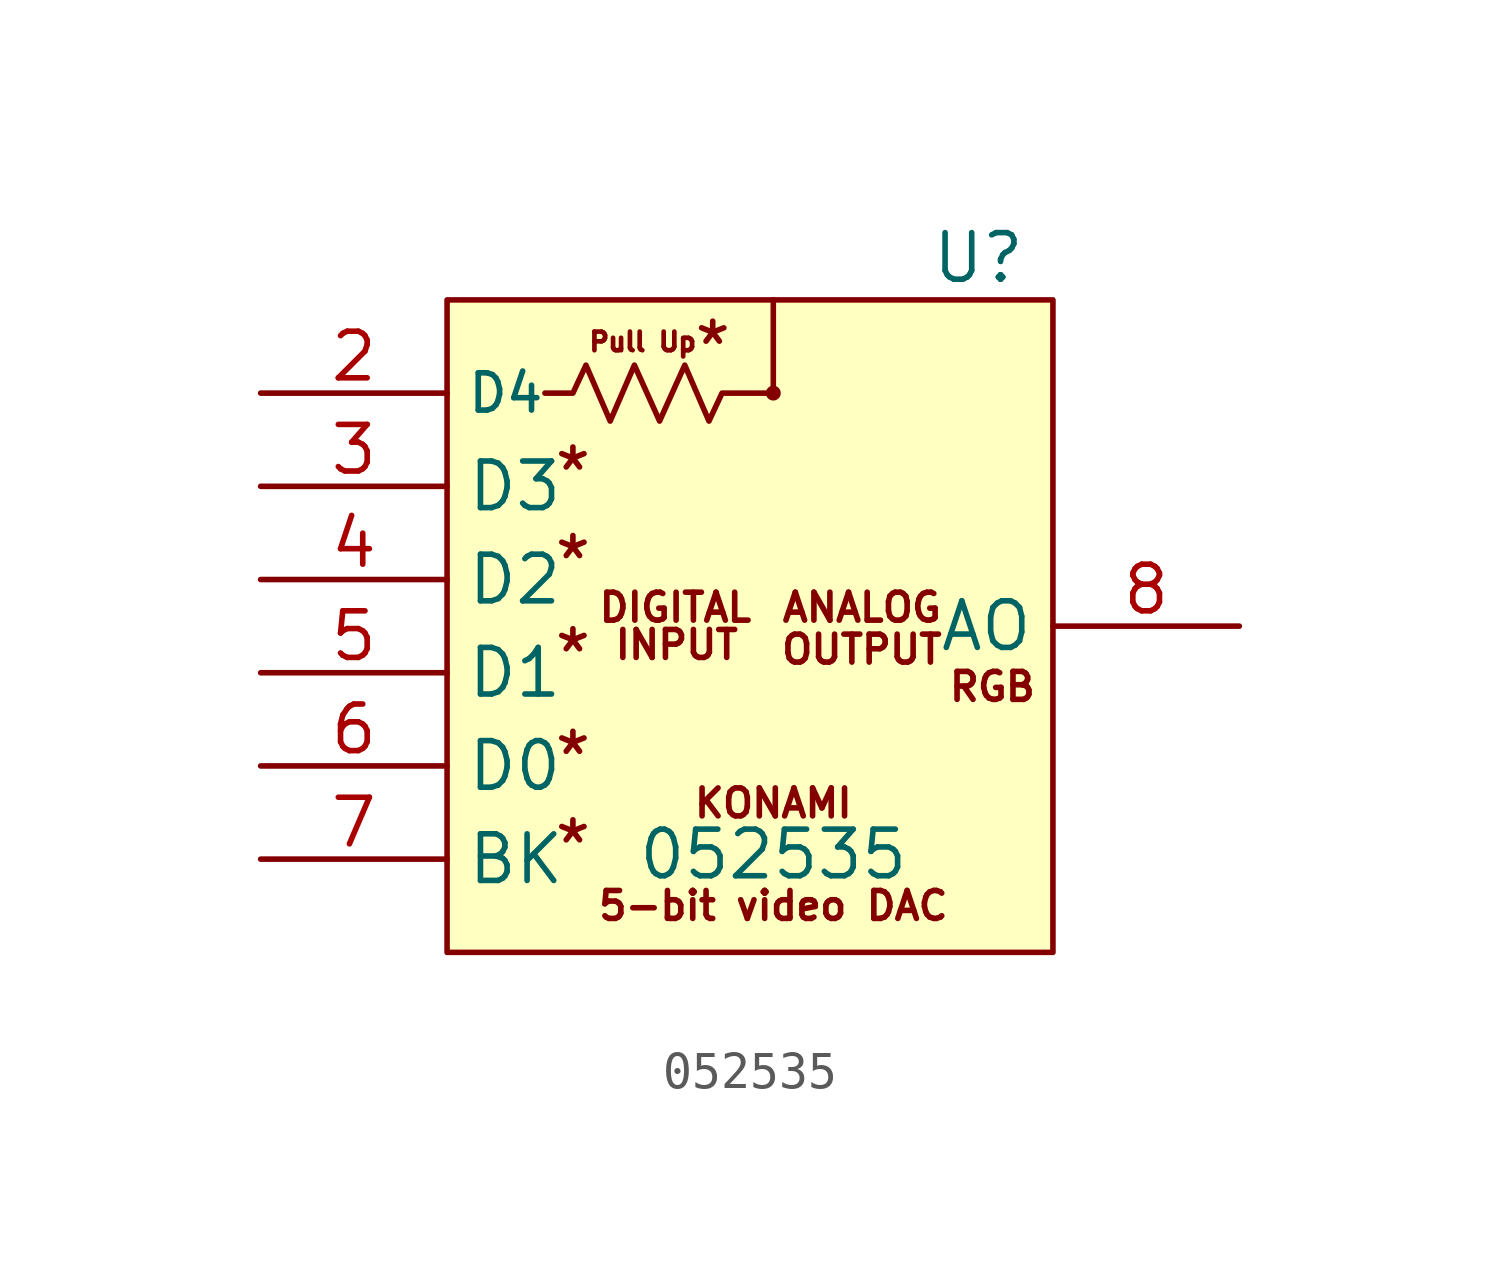
<source format=kicad_sym>
(kicad_symbol_lib
  (version 20231120)
  (generator "kicad_symbol_editor")
  (generator_version "8.0")
  (symbol "052535"
    (property "Reference" "U"
      (at 5.588 10.033 0)
      (effects (font (size 1.27 1.27))))
    (property "Value" "052535"
      (at 0 -6.223 0)
      (effects (font (size 1.27 1.27))))
    (symbol "052535_0_0"
      (rectangle (start -8.89 8.89) (end 7.62 -8.89) (stroke (width 0.152) (type default)) (fill (type background)))
      (polyline (pts (xy 0 6.35) (xy 0 8.89)) (stroke (width 0.152) (type default)) (fill (type none)))
      (text " INPUT" (at -2.921 -0.508 0) (effects (font (size 0.762 0.762))))
      (text "*" (at -5.461 -5.969 0) (effects (font (size 1.27 1.27))))
      (text "*" (at -5.461 -3.556 0) (effects (font (size 1.27 1.27))))
      (text "*" (at -5.461 -0.762 0) (effects (font (size 1.27 1.27))))
      (text "*" (at -5.461 1.778 0) (effects (font (size 1.27 1.27))))
      (text "*" (at -5.461 4.191 0) (effects (font (size 1.27 1.27))))
      (text "*" (at -1.651 7.62 0) (effects (font (size 1.27 1.27))))
      (text "5-bit video DAC" (at 0 -7.62 0) (effects (font (size 0.762 0.762))))
      (text "ANALOG" (at 2.413 0.508 0) (effects (font (size 0.762 0.762))))
      (text "DIGITAL" (at -2.667 0.508 0) (effects (font (size 0.762 0.762))))
      (text "KONAMI" (at 0 -4.826 0) (effects (font (size 0.762 0.762))))
      (text "OUTPUT" (at 2.413 -0.635 0) (effects (font (size 0.762 0.762))))
      (text "Pull Up" (at -3.556 7.747 0) (effects (font (size 0.508 0.508))))
      (text "RGB" (at 5.969 -1.651 0) (effects (font (size 0.762 0.762)))))
    (symbol "052535_0_1"
      (polyline (pts (xy -6.223 6.35) (xy -5.461 6.35) (xy -5.105 7.112) (xy -4.445 5.588) (xy -3.785 7.112) (xy -3.099 5.588) (xy -2.413 7.112) (xy -1.753 5.588) (xy -1.397 6.35) (xy -0.127 6.35)) (stroke (width 0) (type default)) (fill (type none)))
      (circle (center 0 6.35) (radius 0.127) (stroke (width 0.152) (type default)) (fill (type none))))
    (symbol "052535_1_1"
      (pin power_in line (at 0 8.89 270) (length 5.08) hide (name "VCC" (effects (font (size 1.27 1.27)))) (number "1" (effects (font (size 1.27 1.27)))))
      (pin passive line (at -13.97 6.35 0) (length 5.08) (name "D4" (effects (font (size 1.016 1.016)))) (number "2" (effects (font (size 1.27 1.27)))))
      (pin passive line (at -13.97 3.81 0) (length 5.08) (name "D3" (effects (font (size 1.27 1.27)))) (number "3" (effects (font (size 1.27 1.27)))))
      (pin passive line (at -13.97 1.27 0) (length 5.08) (name "D2" (effects (font (size 1.27 1.27)))) (number "4" (effects (font (size 1.27 1.27)))))
      (pin passive line (at -13.97 -1.27 0) (length 5.08) (name "D1" (effects (font (size 1.27 1.27)))) (number "5" (effects (font (size 1.27 1.27)))))
      (pin passive line (at -13.97 -3.81 0) (length 5.08) (name "D0" (effects (font (size 1.27 1.27)))) (number "6" (effects (font (size 1.27 1.27)))))
      (pin passive line (at -13.97 -6.35 0) (length 5.08) (name "BK" (effects (font (size 1.27 1.27)))) (number "7" (effects (font (size 1.27 1.27)))))
      (pin output line (at 12.7 0 180) (length 5.08) (name "AO" (effects (font (size 1.27 1.27)))) (number "8" (effects (font (size 1.27 1.27)))))
      (pin power_in line (at 0 -8.89 90) (length 5.08) hide (name "VSS" (effects (font (size 1.27 1.27)))) (number "9" (effects (font (size 1.27 1.27))))))))
</source>
